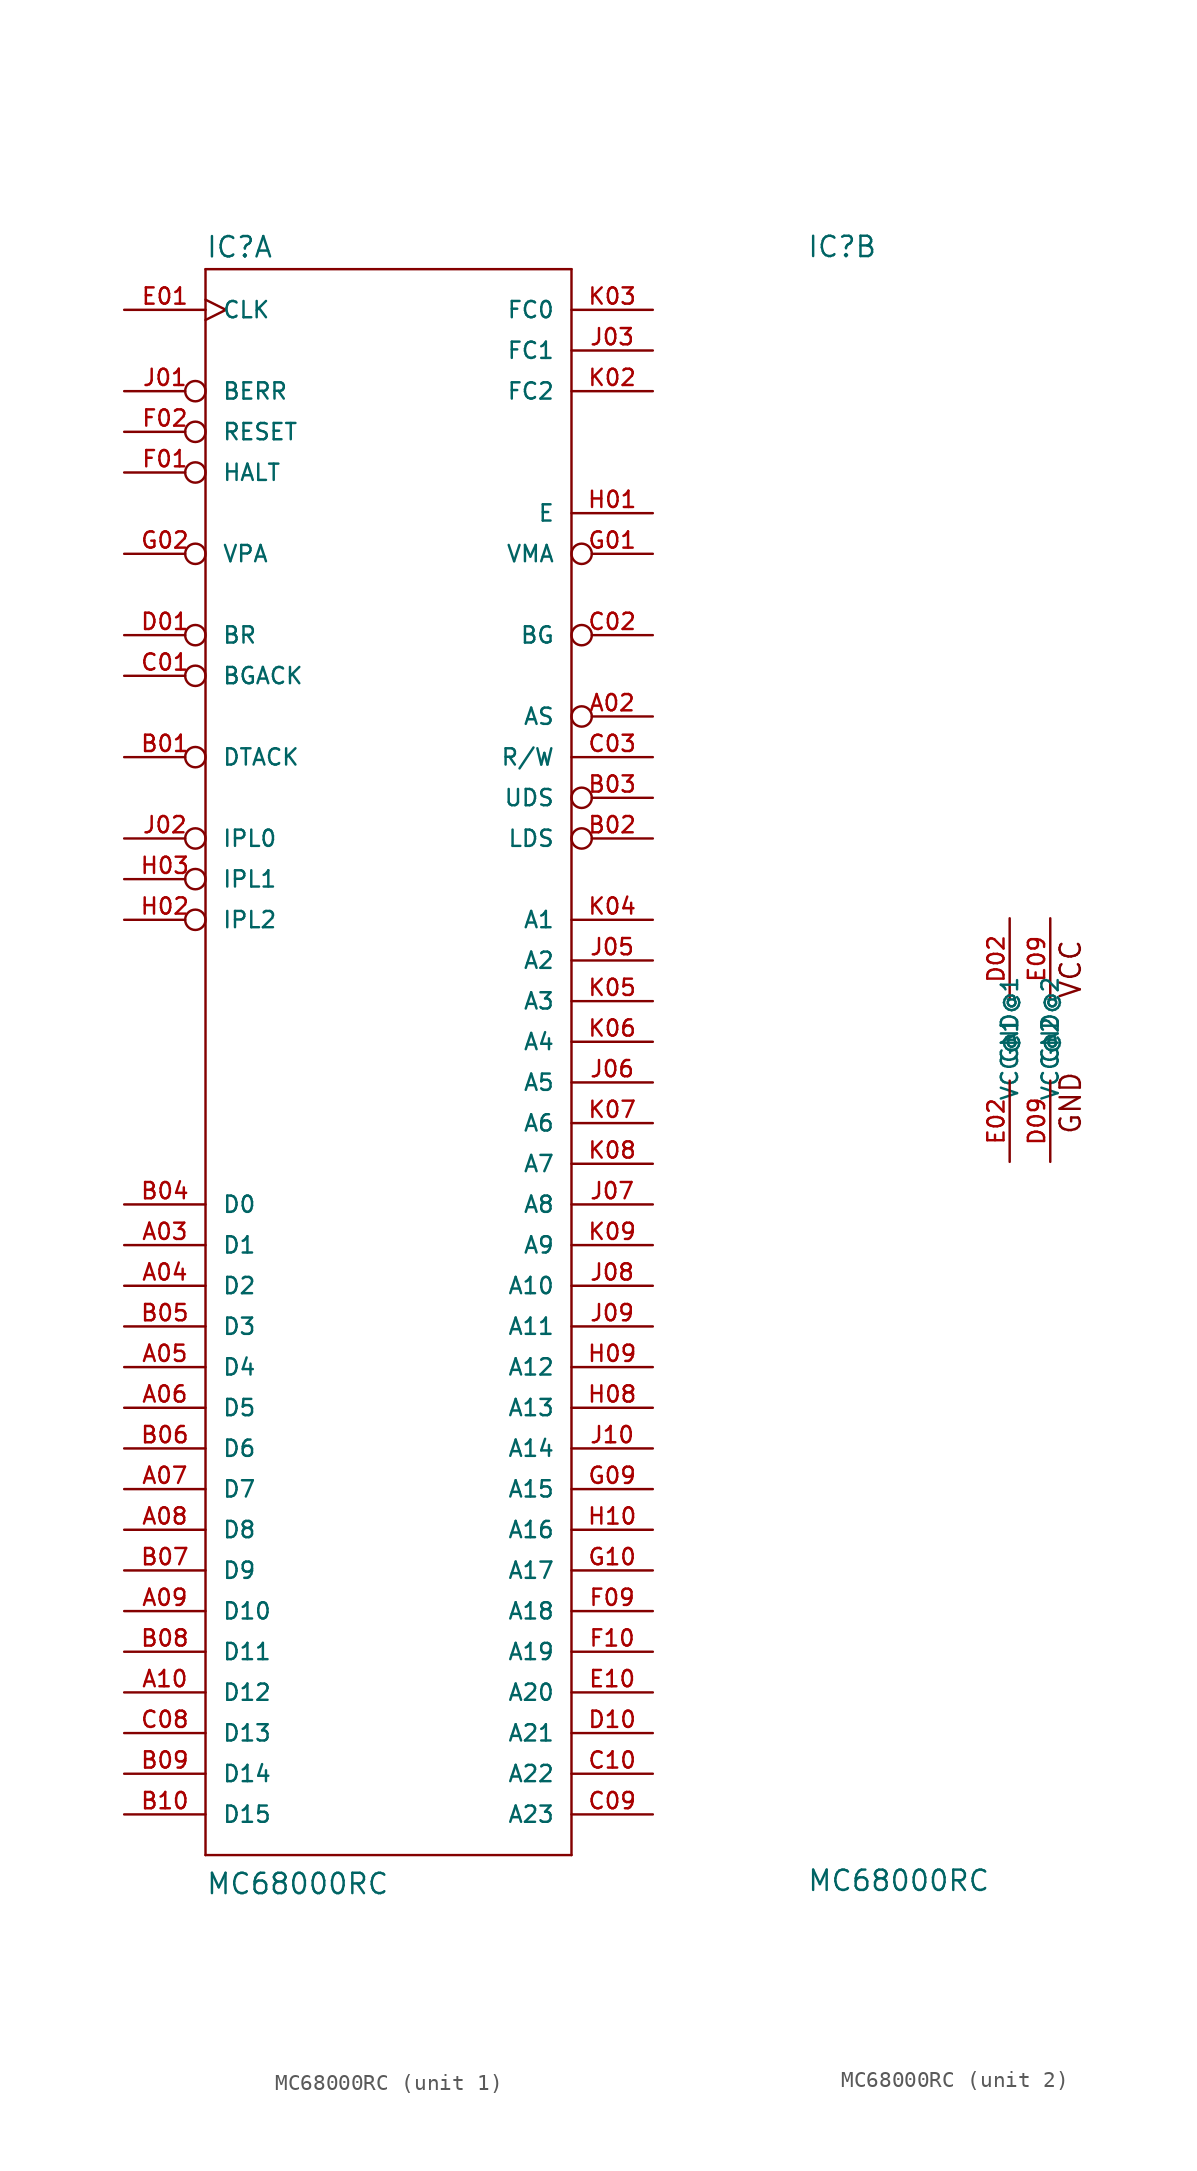
<source format=kicad_sym>
(kicad_symbol_lib
  (version 20220914)
  (generator kicad_symbol_editor)
  (symbol "MC68000RC"
    (pin_names
      (offset 1.016))
    (property "Reference" "IC"
      (at -12.7 48.895 0)
      (effects (font (size 1.27 1.27)) (justify left bottom)))
    (property "Value" "MC68000RC"
      (at -12.7 -53.34 0)
      (effects (font (size 1.27 1.27)) (justify left bottom)))
    (property "Datasheet" ""
      (at 0 0 0)
      (effects (font (size 1.524 1.524))))
    (property "ki_locked" ""
      (at 0 0 0)
      (effects (font (size 1.27 1.27))))
    (symbol "MC68000RC_1_0"
      (polyline (pts (xy -12.7 -50.8) (xy -12.7 48.26)) (stroke (width 0) (type solid)) (fill (type none)))
      (polyline (pts (xy -12.7 -50.8) (xy 10.16 -50.8)) (stroke (width 0) (type solid)) (fill (type none)))
      (polyline (pts (xy 10.16 48.26) (xy -12.7 48.26)) (stroke (width 0) (type solid)) (fill (type none)))
      (polyline (pts (xy 10.16 48.26) (xy 10.16 -50.8)) (stroke (width 0) (type solid)) (fill (type none))))
    (symbol "MC68000RC_1_1"
      (pin output inverted (at 15.24 20.32 180) (length 5.08) (name "AS" (effects (font (size 1.016 1.016)))) (number "A02" (effects (font (size 1.016 1.016)))))
      (pin bidirectional line (at -17.78 -12.7 0) (length 5.08) (name "D1" (effects (font (size 1.016 1.016)))) (number "A03" (effects (font (size 1.016 1.016)))))
      (pin bidirectional line (at -17.78 -15.24 0) (length 5.08) (name "D2" (effects (font (size 1.016 1.016)))) (number "A04" (effects (font (size 1.016 1.016)))))
      (pin bidirectional line (at -17.78 -20.32 0) (length 5.08) (name "D4" (effects (font (size 1.016 1.016)))) (number "A05" (effects (font (size 1.016 1.016)))))
      (pin bidirectional line (at -17.78 -22.86 0) (length 5.08) (name "D5" (effects (font (size 1.016 1.016)))) (number "A06" (effects (font (size 1.016 1.016)))))
      (pin bidirectional line (at -17.78 -27.94 0) (length 5.08) (name "D7" (effects (font (size 1.016 1.016)))) (number "A07" (effects (font (size 1.016 1.016)))))
      (pin bidirectional line (at -17.78 -30.48 0) (length 5.08) (name "D8" (effects (font (size 1.016 1.016)))) (number "A08" (effects (font (size 1.016 1.016)))))
      (pin bidirectional line (at -17.78 -35.56 0) (length 5.08) (name "D10" (effects (font (size 1.016 1.016)))) (number "A09" (effects (font (size 1.016 1.016)))))
      (pin bidirectional line (at -17.78 -40.64 0) (length 5.08) (name "D12" (effects (font (size 1.016 1.016)))) (number "A10" (effects (font (size 1.016 1.016)))))
      (pin input inverted (at -17.78 17.78 0) (length 5.08) (name "DTACK" (effects (font (size 1.016 1.016)))) (number "B01" (effects (font (size 1.016 1.016)))))
      (pin output inverted (at 15.24 12.7 180) (length 5.08) (name "LDS" (effects (font (size 1.016 1.016)))) (number "B02" (effects (font (size 1.016 1.016)))))
      (pin output inverted (at 15.24 15.24 180) (length 5.08) (name "UDS" (effects (font (size 1.016 1.016)))) (number "B03" (effects (font (size 1.016 1.016)))))
      (pin bidirectional line (at -17.78 -10.16 0) (length 5.08) (name "D0" (effects (font (size 1.016 1.016)))) (number "B04" (effects (font (size 1.016 1.016)))))
      (pin bidirectional line (at -17.78 -17.78 0) (length 5.08) (name "D3" (effects (font (size 1.016 1.016)))) (number "B05" (effects (font (size 1.016 1.016)))))
      (pin bidirectional line (at -17.78 -25.4 0) (length 5.08) (name "D6" (effects (font (size 1.016 1.016)))) (number "B06" (effects (font (size 1.016 1.016)))))
      (pin bidirectional line (at -17.78 -33.02 0) (length 5.08) (name "D9" (effects (font (size 1.016 1.016)))) (number "B07" (effects (font (size 1.016 1.016)))))
      (pin bidirectional line (at -17.78 -38.1 0) (length 5.08) (name "D11" (effects (font (size 1.016 1.016)))) (number "B08" (effects (font (size 1.016 1.016)))))
      (pin bidirectional line (at -17.78 -45.72 0) (length 5.08) (name "D14" (effects (font (size 1.016 1.016)))) (number "B09" (effects (font (size 1.016 1.016)))))
      (pin bidirectional line (at -17.78 -48.26 0) (length 5.08) (name "D15" (effects (font (size 1.016 1.016)))) (number "B10" (effects (font (size 1.016 1.016)))))
      (pin input inverted (at -17.78 22.86 0) (length 5.08) (name "BGACK" (effects (font (size 1.016 1.016)))) (number "C01" (effects (font (size 1.016 1.016)))))
      (pin output inverted (at 15.24 25.4 180) (length 5.08) (name "BG" (effects (font (size 1.016 1.016)))) (number "C02" (effects (font (size 1.016 1.016)))))
      (pin output line (at 15.24 17.78 180) (length 5.08) (name "R/W" (effects (font (size 1.016 1.016)))) (number "C03" (effects (font (size 1.016 1.016)))))
      (pin bidirectional line (at -17.78 -43.18 0) (length 5.08) (name "D13" (effects (font (size 1.016 1.016)))) (number "C08" (effects (font (size 1.016 1.016)))))
      (pin output line (at 15.24 -48.26 180) (length 5.08) (name "A23" (effects (font (size 1.016 1.016)))) (number "C09" (effects (font (size 1.016 1.016)))))
      (pin output line (at 15.24 -45.72 180) (length 5.08) (name "A22" (effects (font (size 1.016 1.016)))) (number "C10" (effects (font (size 1.016 1.016)))))
      (pin input inverted (at -17.78 25.4 0) (length 5.08) (name "BR" (effects (font (size 1.016 1.016)))) (number "D01" (effects (font (size 1.016 1.016)))))
      (pin output line (at 15.24 -43.18 180) (length 5.08) (name "A21" (effects (font (size 1.016 1.016)))) (number "D10" (effects (font (size 1.016 1.016)))))
      (pin input clock (at -17.78 45.72 0) (length 5.08) (name "CLK" (effects (font (size 1.016 1.016)))) (number "E01" (effects (font (size 1.016 1.016)))))
      (pin output line (at 15.24 -40.64 180) (length 5.08) (name "A20" (effects (font (size 1.016 1.016)))) (number "E10" (effects (font (size 1.016 1.016)))))
      (pin bidirectional inverted (at -17.78 35.56 0) (length 5.08) (name "HALT" (effects (font (size 1.016 1.016)))) (number "F01" (effects (font (size 1.016 1.016)))))
      (pin bidirectional inverted (at -17.78 38.1 0) (length 5.08) (name "RESET" (effects (font (size 1.016 1.016)))) (number "F02" (effects (font (size 1.016 1.016)))))
      (pin output line (at 15.24 -35.56 180) (length 5.08) (name "A18" (effects (font (size 1.016 1.016)))) (number "F09" (effects (font (size 1.016 1.016)))))
      (pin output line (at 15.24 -38.1 180) (length 5.08) (name "A19" (effects (font (size 1.016 1.016)))) (number "F10" (effects (font (size 1.016 1.016)))))
      (pin output inverted (at 15.24 30.48 180) (length 5.08) (name "VMA" (effects (font (size 1.016 1.016)))) (number "G01" (effects (font (size 1.016 1.016)))))
      (pin input inverted (at -17.78 30.48 0) (length 5.08) (name "VPA" (effects (font (size 1.016 1.016)))) (number "G02" (effects (font (size 1.016 1.016)))))
      (pin output line (at 15.24 -27.94 180) (length 5.08) (name "A15" (effects (font (size 1.016 1.016)))) (number "G09" (effects (font (size 1.016 1.016)))))
      (pin output line (at 15.24 -33.02 180) (length 5.08) (name "A17" (effects (font (size 1.016 1.016)))) (number "G10" (effects (font (size 1.016 1.016)))))
      (pin output line (at 15.24 33.02 180) (length 5.08) (name "E" (effects (font (size 1.016 1.016)))) (number "H01" (effects (font (size 1.016 1.016)))))
      (pin input inverted (at -17.78 7.62 0) (length 5.08) (name "IPL2" (effects (font (size 1.016 1.016)))) (number "H02" (effects (font (size 1.016 1.016)))))
      (pin input inverted (at -17.78 10.16 0) (length 5.08) (name "IPL1" (effects (font (size 1.016 1.016)))) (number "H03" (effects (font (size 1.016 1.016)))))
      (pin output line (at 15.24 -22.86 180) (length 5.08) (name "A13" (effects (font (size 1.016 1.016)))) (number "H08" (effects (font (size 1.016 1.016)))))
      (pin output line (at 15.24 -20.32 180) (length 5.08) (name "A12" (effects (font (size 1.016 1.016)))) (number "H09" (effects (font (size 1.016 1.016)))))
      (pin output line (at 15.24 -30.48 180) (length 5.08) (name "A16" (effects (font (size 1.016 1.016)))) (number "H10" (effects (font (size 1.016 1.016)))))
      (pin input inverted (at -17.78 40.64 0) (length 5.08) (name "BERR" (effects (font (size 1.016 1.016)))) (number "J01" (effects (font (size 1.016 1.016)))))
      (pin input inverted (at -17.78 12.7 0) (length 5.08) (name "IPL0" (effects (font (size 1.016 1.016)))) (number "J02" (effects (font (size 1.016 1.016)))))
      (pin output line (at 15.24 43.18 180) (length 5.08) (name "FC1" (effects (font (size 1.016 1.016)))) (number "J03" (effects (font (size 1.016 1.016)))))
      (pin output line (at 15.24 5.08 180) (length 5.08) (name "A2" (effects (font (size 1.016 1.016)))) (number "J05" (effects (font (size 1.016 1.016)))))
      (pin output line (at 15.24 -2.54 180) (length 5.08) (name "A5" (effects (font (size 1.016 1.016)))) (number "J06" (effects (font (size 1.016 1.016)))))
      (pin output line (at 15.24 -10.16 180) (length 5.08) (name "A8" (effects (font (size 1.016 1.016)))) (number "J07" (effects (font (size 1.016 1.016)))))
      (pin output line (at 15.24 -15.24 180) (length 5.08) (name "A10" (effects (font (size 1.016 1.016)))) (number "J08" (effects (font (size 1.016 1.016)))))
      (pin output line (at 15.24 -17.78 180) (length 5.08) (name "A11" (effects (font (size 1.016 1.016)))) (number "J09" (effects (font (size 1.016 1.016)))))
      (pin output line (at 15.24 -25.4 180) (length 5.08) (name "A14" (effects (font (size 1.016 1.016)))) (number "J10" (effects (font (size 1.016 1.016)))))
      (pin output line (at 15.24 40.64 180) (length 5.08) (name "FC2" (effects (font (size 1.016 1.016)))) (number "K02" (effects (font (size 1.016 1.016)))))
      (pin output line (at 15.24 45.72 180) (length 5.08) (name "FC0" (effects (font (size 1.016 1.016)))) (number "K03" (effects (font (size 1.016 1.016)))))
      (pin output line (at 15.24 7.62 180) (length 5.08) (name "A1" (effects (font (size 1.016 1.016)))) (number "K04" (effects (font (size 1.016 1.016)))))
      (pin output line (at 15.24 2.54 180) (length 5.08) (name "A3" (effects (font (size 1.016 1.016)))) (number "K05" (effects (font (size 1.016 1.016)))))
      (pin output line (at 15.24 0 180) (length 5.08) (name "A4" (effects (font (size 1.016 1.016)))) (number "K06" (effects (font (size 1.016 1.016)))))
      (pin output line (at 15.24 -5.08 180) (length 5.08) (name "A6" (effects (font (size 1.016 1.016)))) (number "K07" (effects (font (size 1.016 1.016)))))
      (pin output line (at 15.24 -7.62 180) (length 5.08) (name "A7" (effects (font (size 1.016 1.016)))) (number "K08" (effects (font (size 1.016 1.016)))))
      (pin output line (at 15.24 -12.7 180) (length 5.08) (name "A9" (effects (font (size 1.016 1.016)))) (number "K09" (effects (font (size 1.016 1.016))))))
    (symbol "MC68000RC_2_0"
      (text "GND" (at 3.81 -3.937 1) (effects (font (size 1.27 1.27))))
      (text "VCC" (at 3.81 4.445 1) (effects (font (size 1.27 1.27)))))
    (symbol "MC68000RC_2_1"
      (pin power_in line (at 0 7.62 270) (length 5.08) (name "VCC@1" (effects (font (size 1.016 1.016)))) (number "D02" (effects (font (size 1.016 1.016)))))
      (pin power_in line (at 2.54 -7.62 90) (length 5.08) (name "GND@2" (effects (font (size 1.016 1.016)))) (number "D09" (effects (font (size 1.016 1.016)))))
      (pin power_in line (at 0 -7.62 90) (length 5.08) (name "GND@1" (effects (font (size 1.016 1.016)))) (number "E02" (effects (font (size 1.016 1.016)))))
      (pin power_in line (at 2.54 7.62 270) (length 5.08) (name "VCC@2" (effects (font (size 1.016 1.016)))) (number "E09" (effects (font (size 1.016 1.016))))))))
</source>
